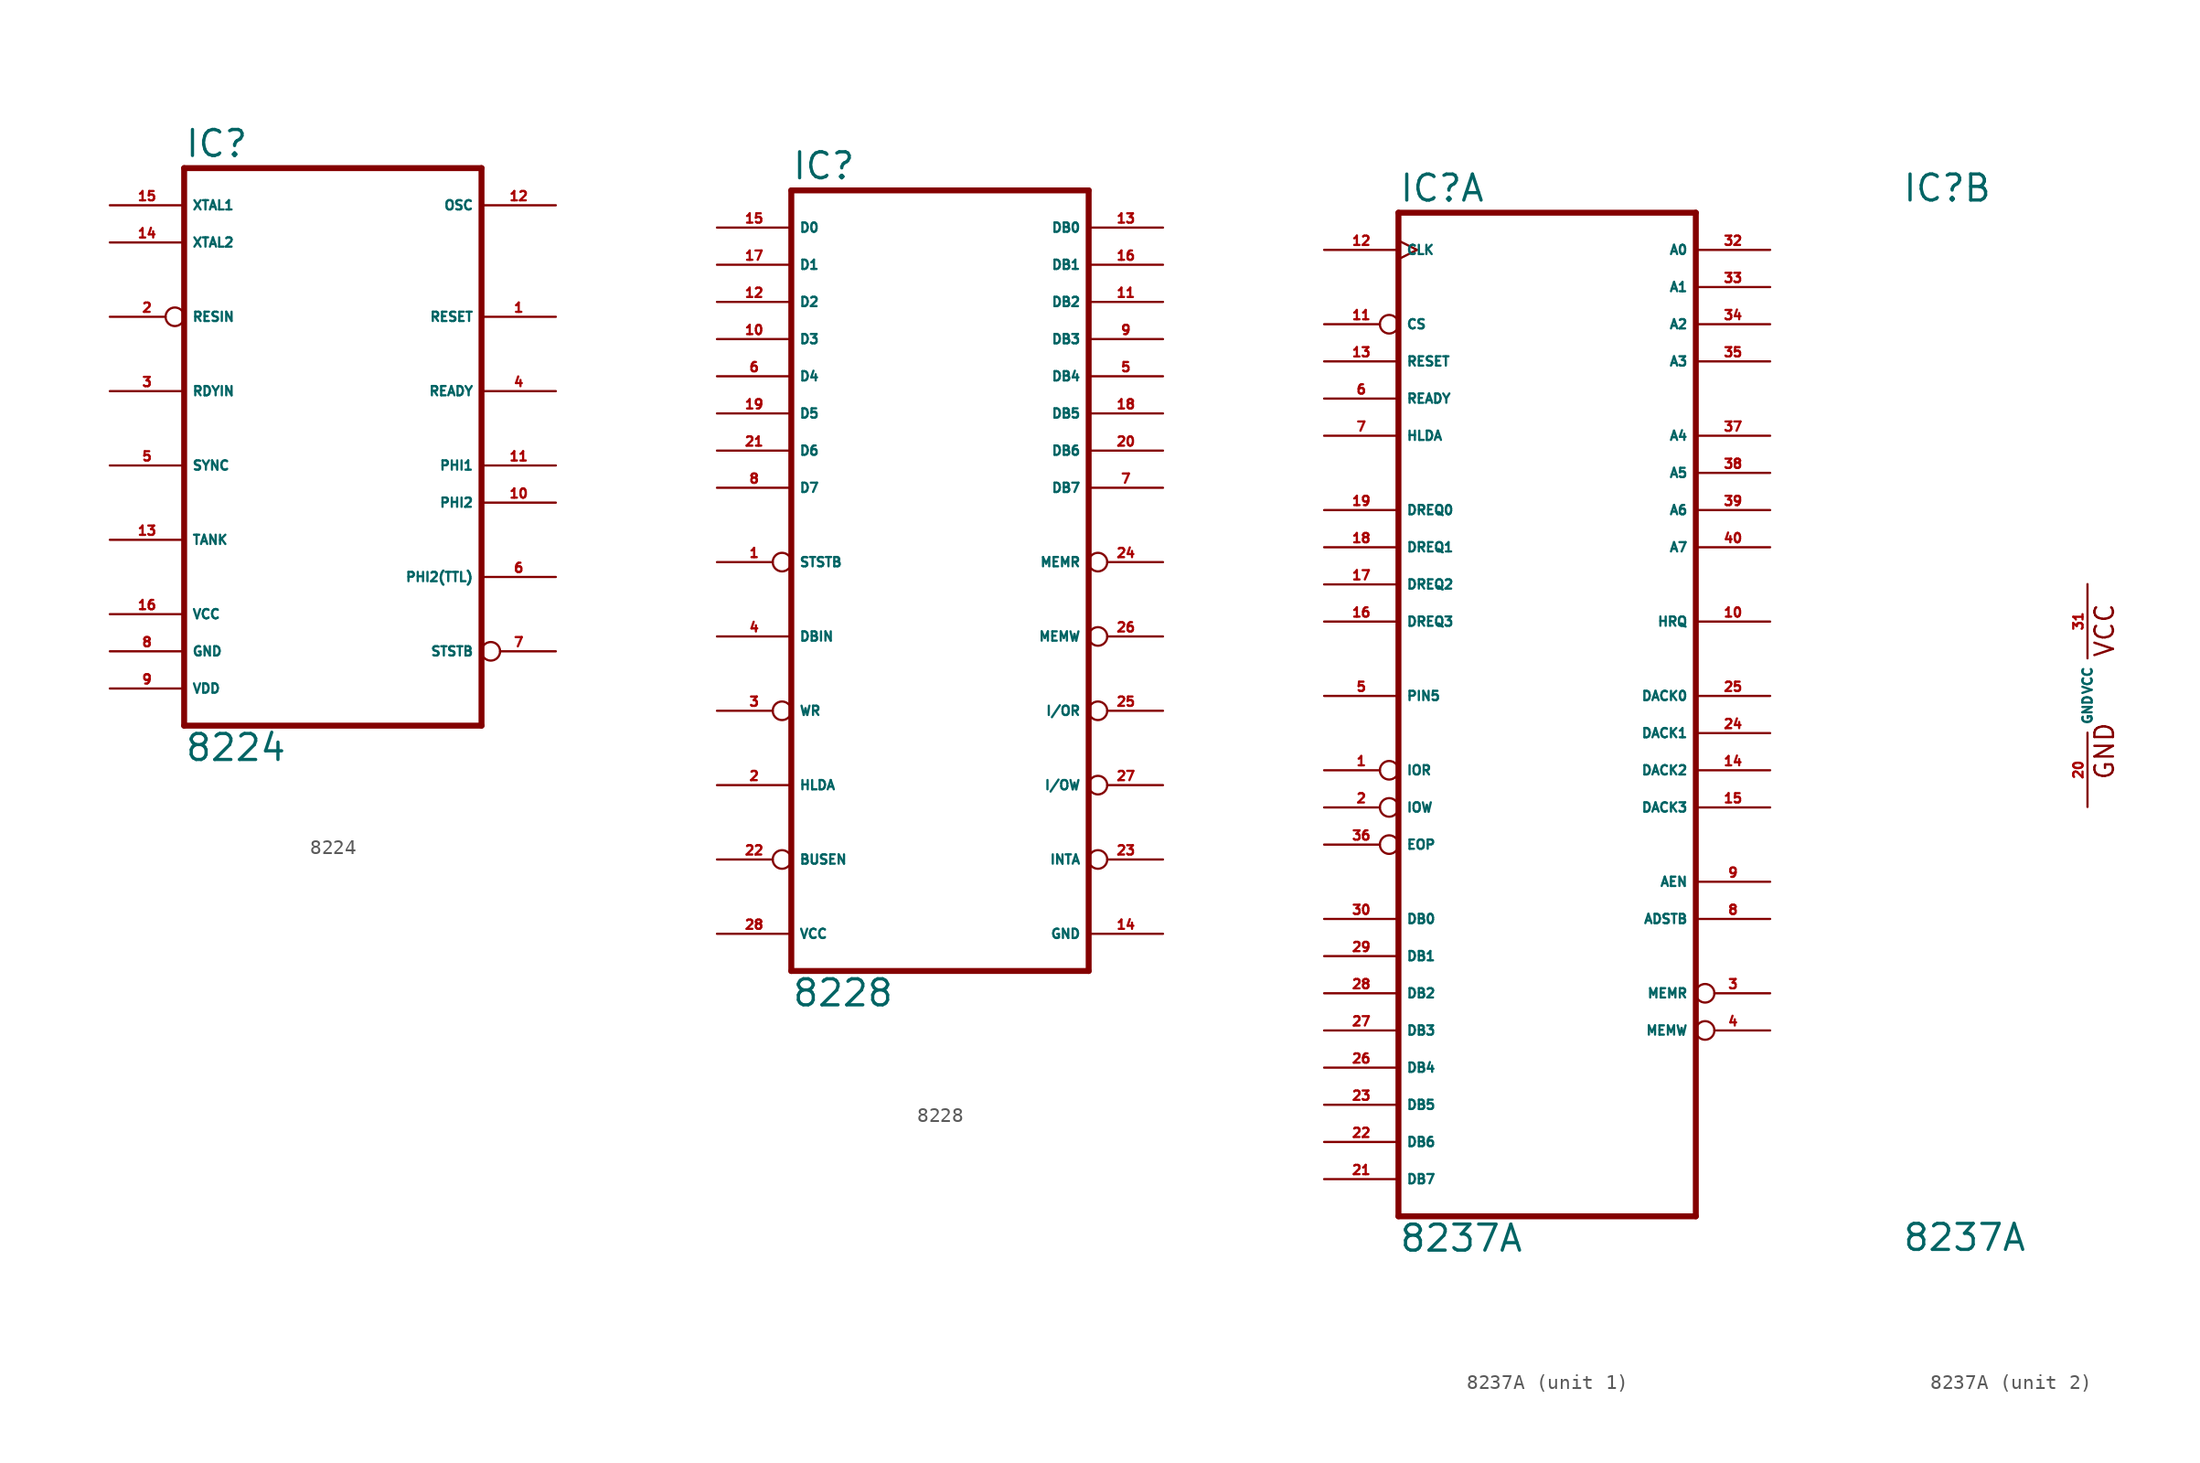
<source format=kicad_sym>
(kicad_symbol_lib
  (version 20220914)
  (generator Eagle2Kicad)
  (symbol "8224"
    (property "Reference" "IC"
      (at -10.16 18.415 0)
      (effects (font (size 1.778 1.778) (thickness 0.22)) (justify left bottom)))
    (property "Value" "8224"
      (at -10.16 -22.86 0)
      (effects (font (size 1.778 1.778) (thickness 0.22)) (justify left bottom)))
    (polyline
      (pts (xy -10.16 -20.32) (xy 10.16 -20.32))
      (stroke (width 0.406) (type default))
      (fill (type none)))
    (polyline
      (pts (xy 10.16 17.78) (xy 10.16 -20.32))
      (stroke (width 0.406) (type default))
      (fill (type none)))
    (polyline
      (pts (xy 10.16 17.78) (xy -10.16 17.78))
      (stroke (width 0.406) (type default))
      (fill (type none)))
    (polyline
      (pts (xy -10.16 -20.32) (xy -10.16 17.78))
      (stroke (width 0.406) (type default))
      (fill (type none)))
    (pin input line
      (at -15.24 15.24 0)
      (length 5.08)
      (name "XTAL1" (effects (font (size 0.635 0.635) (thickness 0.08)) (justify left bottom)))
      (number "15" (effects (font (size 0.635 0.635) (thickness 0.08)) (justify left bottom))))
    (pin input line
      (at -15.24 12.7 0)
      (length 5.08)
      (name "XTAL2" (effects (font (size 0.635 0.635) (thickness 0.08)) (justify left bottom)))
      (number "14" (effects (font (size 0.635 0.635) (thickness 0.08)) (justify left bottom))))
    (pin input inverted
      (at -15.24 7.62 0)
      (length 5.08)
      (name "RESIN" (effects (font (size 0.635 0.635) (thickness 0.08)) (justify left bottom)))
      (number "2" (effects (font (size 0.635 0.635) (thickness 0.08)) (justify left bottom))))
    (pin input line
      (at -15.24 2.54 0)
      (length 5.08)
      (name "RDYIN" (effects (font (size 0.635 0.635) (thickness 0.08)) (justify left bottom)))
      (number "3" (effects (font (size 0.635 0.635) (thickness 0.08)) (justify left bottom))))
    (pin input line
      (at -15.24 -2.54 0)
      (length 5.08)
      (name "SYNC" (effects (font (size 0.635 0.635) (thickness 0.08)) (justify left bottom)))
      (number "5" (effects (font (size 0.635 0.635) (thickness 0.08)) (justify left bottom))))
    (pin input line
      (at -15.24 -7.62 0)
      (length 5.08)
      (name "TANK" (effects (font (size 0.635 0.635) (thickness 0.08)) (justify left bottom)))
      (number "13" (effects (font (size 0.635 0.635) (thickness 0.08)) (justify left bottom))))
    (pin output line
      (at 15.24 15.24 180)
      (length 5.08)
      (name "OSC" (effects (font (size 0.635 0.635) (thickness 0.08)) (justify left bottom)))
      (number "12" (effects (font (size 0.635 0.635) (thickness 0.08)) (justify left bottom))))
    (pin output line
      (at 15.24 -2.54 180)
      (length 5.08)
      (name "PHI1" (effects (font (size 0.635 0.635) (thickness 0.08)) (justify left bottom)))
      (number "11" (effects (font (size 0.635 0.635) (thickness 0.08)) (justify left bottom))))
    (pin output line
      (at 15.24 -5.08 180)
      (length 5.08)
      (name "PHI2" (effects (font (size 0.635 0.635) (thickness 0.08)) (justify left bottom)))
      (number "10" (effects (font (size 0.635 0.635) (thickness 0.08)) (justify left bottom))))
    (pin output line
      (at 15.24 -10.16 180)
      (length 5.08)
      (name "PHI2(TTL)" (effects (font (size 0.635 0.635) (thickness 0.08)) (justify left bottom)))
      (number "6" (effects (font (size 0.635 0.635) (thickness 0.08)) (justify left bottom))))
    (pin output line
      (at 15.24 7.62 180)
      (length 5.08)
      (name "RESET" (effects (font (size 0.635 0.635) (thickness 0.08)) (justify left bottom)))
      (number "1" (effects (font (size 0.635 0.635) (thickness 0.08)) (justify left bottom))))
    (pin output line
      (at 15.24 2.54 180)
      (length 5.08)
      (name "READY" (effects (font (size 0.635 0.635) (thickness 0.08)) (justify left bottom)))
      (number "4" (effects (font (size 0.635 0.635) (thickness 0.08)) (justify left bottom))))
    (pin output inverted
      (at 15.24 -15.24 180)
      (length 5.08)
      (name "STSTB" (effects (font (size 0.635 0.635) (thickness 0.08)) (justify left bottom)))
      (number "7" (effects (font (size 0.635 0.635) (thickness 0.08)) (justify left bottom))))
    (pin unspecified line
      (at -15.24 -12.7 0)
      (length 5.08)
      (name "VCC" (effects (font (size 0.635 0.635) (thickness 0.08)) (justify left bottom)))
      (number "16" (effects (font (size 0.635 0.635) (thickness 0.08)) (justify left bottom))))
    (pin unspecified line
      (at -15.24 -15.24 0)
      (length 5.08)
      (name "GND" (effects (font (size 0.635 0.635) (thickness 0.08)) (justify left bottom)))
      (number "8" (effects (font (size 0.635 0.635) (thickness 0.08)) (justify left bottom))))
    (pin unspecified line
      (at -15.24 -17.78 0)
      (length 5.08)
      (name "VDD" (effects (font (size 0.635 0.635) (thickness 0.08)) (justify left bottom)))
      (number "9" (effects (font (size 0.635 0.635) (thickness 0.08)) (justify left bottom)))))
  (symbol "8228"
    (property "Reference" "IC"
      (at -12.7 26.035 0)
      (effects (font (size 1.778 1.778) (thickness 0.22)) (justify left bottom)))
    (property "Value" "8228"
      (at -12.7 -30.48 0)
      (effects (font (size 1.778 1.778) (thickness 0.22)) (justify left bottom)))
    (polyline
      (pts (xy 7.62 25.4) (xy 7.62 -27.94))
      (stroke (width 0.406) (type default))
      (fill (type none)))
    (polyline
      (pts (xy 7.62 25.4) (xy -12.7 25.4))
      (stroke (width 0.406) (type default))
      (fill (type none)))
    (polyline
      (pts (xy -12.7 -27.94) (xy -12.7 25.4))
      (stroke (width 0.406) (type default))
      (fill (type none)))
    (polyline
      (pts (xy -12.7 -27.94) (xy 7.62 -27.94))
      (stroke (width 0.406) (type default))
      (fill (type none)))
    (pin bidirectional line
      (at 12.7 22.86 180)
      (length 5.08)
      (name "DB0" (effects (font (size 0.635 0.635) (thickness 0.08)) (justify left bottom)))
      (number "13" (effects (font (size 0.635 0.635) (thickness 0.08)) (justify left bottom))))
    (pin bidirectional line
      (at 12.7 20.32 180)
      (length 5.08)
      (name "DB1" (effects (font (size 0.635 0.635) (thickness 0.08)) (justify left bottom)))
      (number "16" (effects (font (size 0.635 0.635) (thickness 0.08)) (justify left bottom))))
    (pin bidirectional line
      (at 12.7 17.78 180)
      (length 5.08)
      (name "DB2" (effects (font (size 0.635 0.635) (thickness 0.08)) (justify left bottom)))
      (number "11" (effects (font (size 0.635 0.635) (thickness 0.08)) (justify left bottom))))
    (pin bidirectional line
      (at 12.7 15.24 180)
      (length 5.08)
      (name "DB3" (effects (font (size 0.635 0.635) (thickness 0.08)) (justify left bottom)))
      (number "9" (effects (font (size 0.635 0.635) (thickness 0.08)) (justify left bottom))))
    (pin bidirectional line
      (at 12.7 12.7 180)
      (length 5.08)
      (name "DB4" (effects (font (size 0.635 0.635) (thickness 0.08)) (justify left bottom)))
      (number "5" (effects (font (size 0.635 0.635) (thickness 0.08)) (justify left bottom))))
    (pin bidirectional line
      (at 12.7 10.16 180)
      (length 5.08)
      (name "DB5" (effects (font (size 0.635 0.635) (thickness 0.08)) (justify left bottom)))
      (number "18" (effects (font (size 0.635 0.635) (thickness 0.08)) (justify left bottom))))
    (pin bidirectional line
      (at 12.7 7.62 180)
      (length 5.08)
      (name "DB6" (effects (font (size 0.635 0.635) (thickness 0.08)) (justify left bottom)))
      (number "20" (effects (font (size 0.635 0.635) (thickness 0.08)) (justify left bottom))))
    (pin bidirectional line
      (at 12.7 5.08 180)
      (length 5.08)
      (name "DB7" (effects (font (size 0.635 0.635) (thickness 0.08)) (justify left bottom)))
      (number "7" (effects (font (size 0.635 0.635) (thickness 0.08)) (justify left bottom))))
    (pin bidirectional line
      (at -17.78 22.86 0)
      (length 5.08)
      (name "D0" (effects (font (size 0.635 0.635) (thickness 0.08)) (justify left bottom)))
      (number "15" (effects (font (size 0.635 0.635) (thickness 0.08)) (justify left bottom))))
    (pin bidirectional line
      (at -17.78 20.32 0)
      (length 5.08)
      (name "D1" (effects (font (size 0.635 0.635) (thickness 0.08)) (justify left bottom)))
      (number "17" (effects (font (size 0.635 0.635) (thickness 0.08)) (justify left bottom))))
    (pin bidirectional line
      (at -17.78 17.78 0)
      (length 5.08)
      (name "D2" (effects (font (size 0.635 0.635) (thickness 0.08)) (justify left bottom)))
      (number "12" (effects (font (size 0.635 0.635) (thickness 0.08)) (justify left bottom))))
    (pin bidirectional line
      (at -17.78 15.24 0)
      (length 5.08)
      (name "D3" (effects (font (size 0.635 0.635) (thickness 0.08)) (justify left bottom)))
      (number "10" (effects (font (size 0.635 0.635) (thickness 0.08)) (justify left bottom))))
    (pin bidirectional line
      (at -17.78 12.7 0)
      (length 5.08)
      (name "D4" (effects (font (size 0.635 0.635) (thickness 0.08)) (justify left bottom)))
      (number "6" (effects (font (size 0.635 0.635) (thickness 0.08)) (justify left bottom))))
    (pin bidirectional line
      (at -17.78 10.16 0)
      (length 5.08)
      (name "D5" (effects (font (size 0.635 0.635) (thickness 0.08)) (justify left bottom)))
      (number "19" (effects (font (size 0.635 0.635) (thickness 0.08)) (justify left bottom))))
    (pin bidirectional line
      (at -17.78 7.62 0)
      (length 5.08)
      (name "D6" (effects (font (size 0.635 0.635) (thickness 0.08)) (justify left bottom)))
      (number "21" (effects (font (size 0.635 0.635) (thickness 0.08)) (justify left bottom))))
    (pin bidirectional line
      (at -17.78 5.08 0)
      (length 5.08)
      (name "D7" (effects (font (size 0.635 0.635) (thickness 0.08)) (justify left bottom)))
      (number "8" (effects (font (size 0.635 0.635) (thickness 0.08)) (justify left bottom))))
    (pin input inverted
      (at -17.78 0 0)
      (length 5.08)
      (name "STSTB" (effects (font (size 0.635 0.635) (thickness 0.08)) (justify left bottom)))
      (number "1" (effects (font (size 0.635 0.635) (thickness 0.08)) (justify left bottom))))
    (pin input line
      (at -17.78 -5.08 0)
      (length 5.08)
      (name "DBIN" (effects (font (size 0.635 0.635) (thickness 0.08)) (justify left bottom)))
      (number "4" (effects (font (size 0.635 0.635) (thickness 0.08)) (justify left bottom))))
    (pin input inverted
      (at -17.78 -10.16 0)
      (length 5.08)
      (name "WR" (effects (font (size 0.635 0.635) (thickness 0.08)) (justify left bottom)))
      (number "3" (effects (font (size 0.635 0.635) (thickness 0.08)) (justify left bottom))))
    (pin input line
      (at -17.78 -15.24 0)
      (length 5.08)
      (name "HLDA" (effects (font (size 0.635 0.635) (thickness 0.08)) (justify left bottom)))
      (number "2" (effects (font (size 0.635 0.635) (thickness 0.08)) (justify left bottom))))
    (pin output inverted
      (at 12.7 0 180)
      (length 5.08)
      (name "MEMR" (effects (font (size 0.635 0.635) (thickness 0.08)) (justify left bottom)))
      (number "24" (effects (font (size 0.635 0.635) (thickness 0.08)) (justify left bottom))))
    (pin output inverted
      (at 12.7 -5.08 180)
      (length 5.08)
      (name "MEMW" (effects (font (size 0.635 0.635) (thickness 0.08)) (justify left bottom)))
      (number "26" (effects (font (size 0.635 0.635) (thickness 0.08)) (justify left bottom))))
    (pin output inverted
      (at 12.7 -10.16 180)
      (length 5.08)
      (name "I/OR" (effects (font (size 0.635 0.635) (thickness 0.08)) (justify left bottom)))
      (number "25" (effects (font (size 0.635 0.635) (thickness 0.08)) (justify left bottom))))
    (pin output inverted
      (at 12.7 -15.24 180)
      (length 5.08)
      (name "I/OW" (effects (font (size 0.635 0.635) (thickness 0.08)) (justify left bottom)))
      (number "27" (effects (font (size 0.635 0.635) (thickness 0.08)) (justify left bottom))))
    (pin input inverted
      (at -17.78 -20.32 0)
      (length 5.08)
      (name "BUSEN" (effects (font (size 0.635 0.635) (thickness 0.08)) (justify left bottom)))
      (number "22" (effects (font (size 0.635 0.635) (thickness 0.08)) (justify left bottom))))
    (pin output inverted
      (at 12.7 -20.32 180)
      (length 5.08)
      (name "INTA" (effects (font (size 0.635 0.635) (thickness 0.08)) (justify left bottom)))
      (number "23" (effects (font (size 0.635 0.635) (thickness 0.08)) (justify left bottom))))
    (pin unspecified line
      (at -17.78 -25.4 0)
      (length 5.08)
      (name "VCC" (effects (font (size 0.635 0.635) (thickness 0.08)) (justify left bottom)))
      (number "28" (effects (font (size 0.635 0.635) (thickness 0.08)) (justify left bottom))))
    (pin unspecified line
      (at 12.7 -25.4 180)
      (length 5.08)
      (name "GND" (effects (font (size 0.635 0.635) (thickness 0.08)) (justify left bottom)))
      (number "14" (effects (font (size 0.635 0.635) (thickness 0.08)) (justify left bottom)))))
  (symbol "8237A"
    (property "Reference" "IC"
      (at -12.7 33.655 0)
      (effects (font (size 1.778 1.778) (thickness 0.22)) (justify left bottom)))
    (property "Value" "8237A"
      (at -12.7 -38.1 0)
      (effects (font (size 1.778 1.778) (thickness 0.22)) (justify left bottom)))
    (symbol "8237A_1_0"
      (polyline (pts (xy -12.7 -35.56) (xy 7.62 -35.56)) (stroke (width 0.406) (type default)) (fill (type none)))
      (polyline (pts (xy 7.62 -35.56) (xy 7.62 33.02)) (stroke (width 0.406) (type default)) (fill (type none)))
      (polyline (pts (xy 7.62 33.02) (xy -12.7 33.02)) (stroke (width 0.406) (type default)) (fill (type none)))
      (polyline (pts (xy -12.7 33.02) (xy -12.7 -35.56)) (stroke (width 0.406) (type default)) (fill (type none)))
      (pin bidirectional inverted (at -17.78 -5.08 0) (length 5.08) (name "IOR" (effects (font (size 0.635 0.635) (thickness 0.08)) (justify left bottom))) (number "1" (effects (font (size 0.635 0.635) (thickness 0.08)) (justify left bottom))))
      (pin bidirectional inverted (at -17.78 -7.62 0) (length 5.08) (name "IOW" (effects (font (size 0.635 0.635) (thickness 0.08)) (justify left bottom))) (number "2" (effects (font (size 0.635 0.635) (thickness 0.08)) (justify left bottom))))
      (pin output inverted (at 12.7 -20.32 180) (length 5.08) (name "MEMR" (effects (font (size 0.635 0.635) (thickness 0.08)) (justify left bottom))) (number "3" (effects (font (size 0.635 0.635) (thickness 0.08)) (justify left bottom))))
      (pin output inverted (at 12.7 -22.86 180) (length 5.08) (name "MEMW" (effects (font (size 0.635 0.635) (thickness 0.08)) (justify left bottom))) (number "4" (effects (font (size 0.635 0.635) (thickness 0.08)) (justify left bottom))))
      (pin input line (at -17.78 0 0) (length 5.08) (name "PIN5" (effects (font (size 0.635 0.635) (thickness 0.08)) (justify left bottom))) (number "5" (effects (font (size 0.635 0.635) (thickness 0.08)) (justify left bottom))))
      (pin input line (at -17.78 20.32 0) (length 5.08) (name "READY" (effects (font (size 0.635 0.635) (thickness 0.08)) (justify left bottom))) (number "6" (effects (font (size 0.635 0.635) (thickness 0.08)) (justify left bottom))))
      (pin input line (at -17.78 17.78 0) (length 5.08) (name "HLDA" (effects (font (size 0.635 0.635) (thickness 0.08)) (justify left bottom))) (number "7" (effects (font (size 0.635 0.635) (thickness 0.08)) (justify left bottom))))
      (pin output line (at 12.7 -15.24 180) (length 5.08) (name "ADSTB" (effects (font (size 0.635 0.635) (thickness 0.08)) (justify left bottom))) (number "8" (effects (font (size 0.635 0.635) (thickness 0.08)) (justify left bottom))))
      (pin output line (at 12.7 -12.7 180) (length 5.08) (name "AEN" (effects (font (size 0.635 0.635) (thickness 0.08)) (justify left bottom))) (number "9" (effects (font (size 0.635 0.635) (thickness 0.08)) (justify left bottom))))
      (pin output line (at 12.7 5.08 180) (length 5.08) (name "HRQ" (effects (font (size 0.635 0.635) (thickness 0.08)) (justify left bottom))) (number "10" (effects (font (size 0.635 0.635) (thickness 0.08)) (justify left bottom))))
      (pin input inverted (at -17.78 25.4 0) (length 5.08) (name "CS" (effects (font (size 0.635 0.635) (thickness 0.08)) (justify left bottom))) (number "11" (effects (font (size 0.635 0.635) (thickness 0.08)) (justify left bottom))))
      (pin input clock (at -17.78 30.48 0) (length 5.08) (name "CLK" (effects (font (size 0.635 0.635) (thickness 0.08)) (justify left bottom))) (number "12" (effects (font (size 0.635 0.635) (thickness 0.08)) (justify left bottom))))
      (pin input line (at -17.78 22.86 0) (length 5.08) (name "RESET" (effects (font (size 0.635 0.635) (thickness 0.08)) (justify left bottom))) (number "13" (effects (font (size 0.635 0.635) (thickness 0.08)) (justify left bottom))))
      (pin output line (at 12.7 -5.08 180) (length 5.08) (name "DACK2" (effects (font (size 0.635 0.635) (thickness 0.08)) (justify left bottom))) (number "14" (effects (font (size 0.635 0.635) (thickness 0.08)) (justify left bottom))))
      (pin output line (at 12.7 -7.62 180) (length 5.08) (name "DACK3" (effects (font (size 0.635 0.635) (thickness 0.08)) (justify left bottom))) (number "15" (effects (font (size 0.635 0.635) (thickness 0.08)) (justify left bottom))))
      (pin input line (at -17.78 5.08 0) (length 5.08) (name "DREQ3" (effects (font (size 0.635 0.635) (thickness 0.08)) (justify left bottom))) (number "16" (effects (font (size 0.635 0.635) (thickness 0.08)) (justify left bottom))))
      (pin input line (at -17.78 7.62 0) (length 5.08) (name "DREQ2" (effects (font (size 0.635 0.635) (thickness 0.08)) (justify left bottom))) (number "17" (effects (font (size 0.635 0.635) (thickness 0.08)) (justify left bottom))))
      (pin input line (at -17.78 10.16 0) (length 5.08) (name "DREQ1" (effects (font (size 0.635 0.635) (thickness 0.08)) (justify left bottom))) (number "18" (effects (font (size 0.635 0.635) (thickness 0.08)) (justify left bottom))))
      (pin input line (at -17.78 12.7 0) (length 5.08) (name "DREQ0" (effects (font (size 0.635 0.635) (thickness 0.08)) (justify left bottom))) (number "19" (effects (font (size 0.635 0.635) (thickness 0.08)) (justify left bottom))))
      (pin bidirectional line (at -17.78 -33.02 0) (length 5.08) (name "DB7" (effects (font (size 0.635 0.635) (thickness 0.08)) (justify left bottom))) (number "21" (effects (font (size 0.635 0.635) (thickness 0.08)) (justify left bottom))))
      (pin bidirectional line (at -17.78 -30.48 0) (length 5.08) (name "DB6" (effects (font (size 0.635 0.635) (thickness 0.08)) (justify left bottom))) (number "22" (effects (font (size 0.635 0.635) (thickness 0.08)) (justify left bottom))))
      (pin bidirectional line (at -17.78 -27.94 0) (length 5.08) (name "DB5" (effects (font (size 0.635 0.635) (thickness 0.08)) (justify left bottom))) (number "23" (effects (font (size 0.635 0.635) (thickness 0.08)) (justify left bottom))))
      (pin output line (at 12.7 -2.54 180) (length 5.08) (name "DACK1" (effects (font (size 0.635 0.635) (thickness 0.08)) (justify left bottom))) (number "24" (effects (font (size 0.635 0.635) (thickness 0.08)) (justify left bottom))))
      (pin output line (at 12.7 0 180) (length 5.08) (name "DACK0" (effects (font (size 0.635 0.635) (thickness 0.08)) (justify left bottom))) (number "25" (effects (font (size 0.635 0.635) (thickness 0.08)) (justify left bottom))))
      (pin bidirectional line (at -17.78 -25.4 0) (length 5.08) (name "DB4" (effects (font (size 0.635 0.635) (thickness 0.08)) (justify left bottom))) (number "26" (effects (font (size 0.635 0.635) (thickness 0.08)) (justify left bottom))))
      (pin bidirectional line (at -17.78 -22.86 0) (length 5.08) (name "DB3" (effects (font (size 0.635 0.635) (thickness 0.08)) (justify left bottom))) (number "27" (effects (font (size 0.635 0.635) (thickness 0.08)) (justify left bottom))))
      (pin bidirectional line (at -17.78 -20.32 0) (length 5.08) (name "DB2" (effects (font (size 0.635 0.635) (thickness 0.08)) (justify left bottom))) (number "28" (effects (font (size 0.635 0.635) (thickness 0.08)) (justify left bottom))))
      (pin bidirectional line (at -17.78 -17.78 0) (length 5.08) (name "DB1" (effects (font (size 0.635 0.635) (thickness 0.08)) (justify left bottom))) (number "29" (effects (font (size 0.635 0.635) (thickness 0.08)) (justify left bottom))))
      (pin bidirectional line (at -17.78 -15.24 0) (length 5.08) (name "DB0" (effects (font (size 0.635 0.635) (thickness 0.08)) (justify left bottom))) (number "30" (effects (font (size 0.635 0.635) (thickness 0.08)) (justify left bottom))))
      (pin bidirectional line (at 12.7 30.48 180) (length 5.08) (name "A0" (effects (font (size 0.635 0.635) (thickness 0.08)) (justify left bottom))) (number "32" (effects (font (size 0.635 0.635) (thickness 0.08)) (justify left bottom))))
      (pin bidirectional line (at 12.7 27.94 180) (length 5.08) (name "A1" (effects (font (size 0.635 0.635) (thickness 0.08)) (justify left bottom))) (number "33" (effects (font (size 0.635 0.635) (thickness 0.08)) (justify left bottom))))
      (pin bidirectional line (at 12.7 25.4 180) (length 5.08) (name "A2" (effects (font (size 0.635 0.635) (thickness 0.08)) (justify left bottom))) (number "34" (effects (font (size 0.635 0.635) (thickness 0.08)) (justify left bottom))))
      (pin bidirectional line (at 12.7 22.86 180) (length 5.08) (name "A3" (effects (font (size 0.635 0.635) (thickness 0.08)) (justify left bottom))) (number "35" (effects (font (size 0.635 0.635) (thickness 0.08)) (justify left bottom))))
      (pin bidirectional inverted (at -17.78 -10.16 0) (length 5.08) (name "EOP" (effects (font (size 0.635 0.635) (thickness 0.08)) (justify left bottom))) (number "36" (effects (font (size 0.635 0.635) (thickness 0.08)) (justify left bottom))))
      (pin output line (at 12.7 17.78 180) (length 5.08) (name "A4" (effects (font (size 0.635 0.635) (thickness 0.08)) (justify left bottom))) (number "37" (effects (font (size 0.635 0.635) (thickness 0.08)) (justify left bottom))))
      (pin output line (at 12.7 15.24 180) (length 5.08) (name "A5" (effects (font (size 0.635 0.635) (thickness 0.08)) (justify left bottom))) (number "38" (effects (font (size 0.635 0.635) (thickness 0.08)) (justify left bottom))))
      (pin output line (at 12.7 12.7 180) (length 5.08) (name "A6" (effects (font (size 0.635 0.635) (thickness 0.08)) (justify left bottom))) (number "39" (effects (font (size 0.635 0.635) (thickness 0.08)) (justify left bottom))))
      (pin output line (at 12.7 10.16 180) (length 5.08) (name "A7" (effects (font (size 0.635 0.635) (thickness 0.08)) (justify left bottom))) (number "40" (effects (font (size 0.635 0.635) (thickness 0.08)) (justify left bottom)))))
    (symbol "8237A_2_0"
      (text "GND" (at 1.905 -5.842 900) (effects (font (size 1.27 1.27) (thickness 0.16)) (justify left bottom)))
      (text "VCC" (at 1.905 2.54 900) (effects (font (size 1.27 1.27) (thickness 0.16)) (justify left bottom)))
      (pin unspecified line (at 0 -7.62 90) (length 5.08) (name "GND" (effects (font (size 0.635 0.635) (thickness 0.08)) (justify left bottom))) (number "20" (effects (font (size 0.635 0.635) (thickness 0.08)) (justify left bottom))))
      (pin unspecified line (at 0 7.62 270) (length 5.08) (name "VCC" (effects (font (size 0.635 0.635) (thickness 0.08)) (justify left bottom))) (number "31" (effects (font (size 0.635 0.635) (thickness 0.08)) (justify left bottom)))))))
</source>
